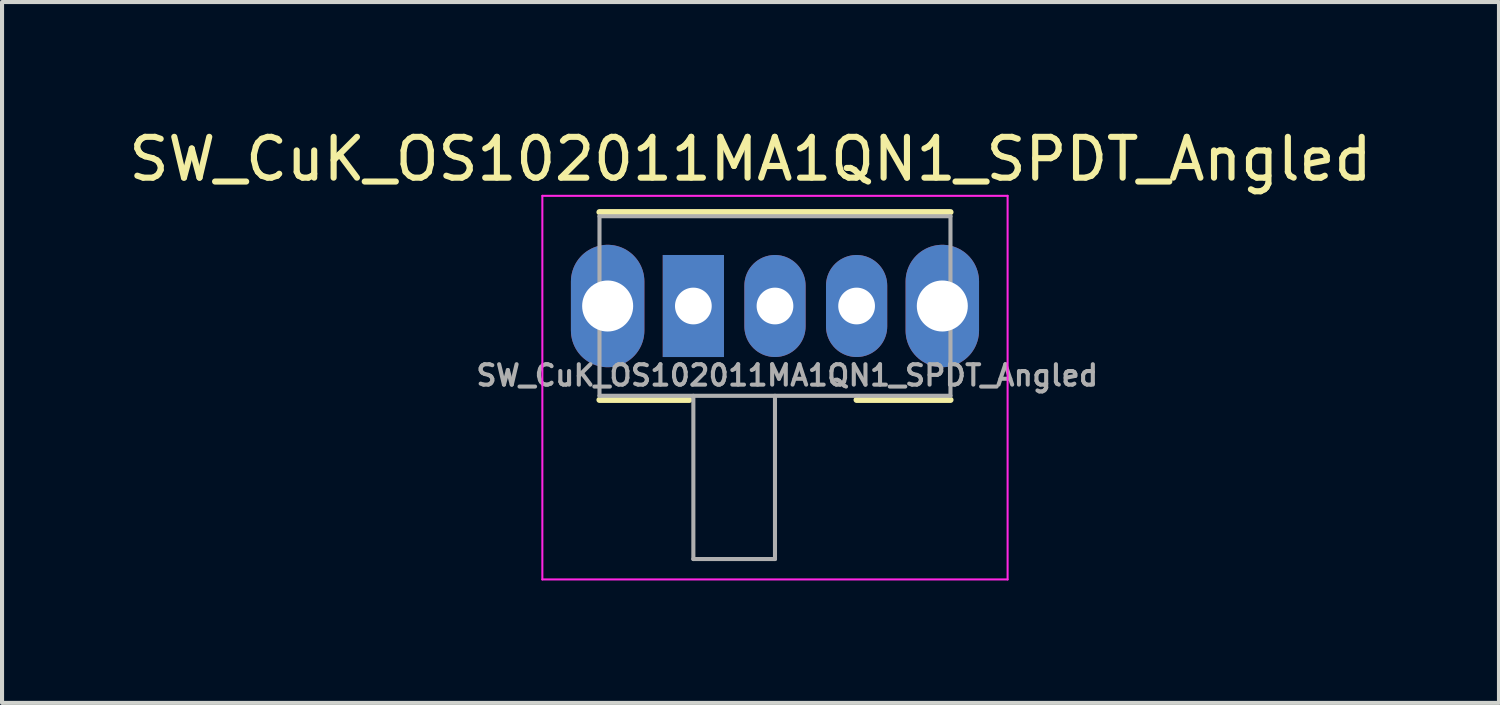
<source format=kicad_pcb>
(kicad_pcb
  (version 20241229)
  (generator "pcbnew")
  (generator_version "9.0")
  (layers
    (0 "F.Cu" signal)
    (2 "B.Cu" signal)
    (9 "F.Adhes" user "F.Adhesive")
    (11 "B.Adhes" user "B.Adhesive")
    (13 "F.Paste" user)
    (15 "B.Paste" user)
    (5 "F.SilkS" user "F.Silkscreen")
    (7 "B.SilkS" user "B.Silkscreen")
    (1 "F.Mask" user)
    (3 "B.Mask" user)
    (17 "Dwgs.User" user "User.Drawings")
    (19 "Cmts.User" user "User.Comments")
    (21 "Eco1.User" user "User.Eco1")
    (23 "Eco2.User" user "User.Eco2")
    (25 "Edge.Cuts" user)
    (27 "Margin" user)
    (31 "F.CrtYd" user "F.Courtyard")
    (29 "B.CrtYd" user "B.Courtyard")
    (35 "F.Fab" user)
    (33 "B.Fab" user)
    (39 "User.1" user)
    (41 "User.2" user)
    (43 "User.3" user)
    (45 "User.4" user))
  (footprint "SW_CuK_OS102011MA1QN1_SPDT_Angled"
    (layer "F.Cu")
    (at 13.939 4.448)
    (property "Reference" "SW_CuK_OS102011MA1QN1_SPDT_Angled" (at 1.4 -3.6 0) (layer "F.SilkS") (effects (font (size 1 1) (thickness 0.15))))
    (attr through_hole)
    (fp_line (start -2.3 -2.3) (end 6.3 -2.3) (stroke (width 0.15) (type solid)) (layer "F.SilkS"))
    (fp_line (start -2.3 2.3) (end -0.1 2.3) (stroke (width 0.15) (type solid)) (layer "F.SilkS"))
    (fp_line (start 4 2.3) (end 6.3 2.3) (stroke (width 0.15) (type solid)) (layer "F.SilkS"))
    (fp_line (start -3.7 -2.7) (end 7.7 -2.7) (stroke (width 0.05) (type solid)) (layer "F.CrtYd"))
    (fp_line (start -3.7 6.7) (end -3.7 -2.7) (stroke (width 0.05) (type solid)) (layer "F.CrtYd"))
    (fp_line (start 7.7 -2.7) (end 7.7 6.7) (stroke (width 0.05) (type solid)) (layer "F.CrtYd"))
    (fp_line (start 7.7 6.7) (end -3.7 6.7) (stroke (width 0.05) (type solid)) (layer "F.CrtYd"))
    (fp_line (start -2.3 -2.2) (end -2.3 2.2) (stroke (width 0.1) (type solid)) (layer "F.Fab"))
    (fp_line (start -2.3 -2.2) (end 6.3 -2.2) (stroke (width 0.1) (type solid)) (layer "F.Fab"))
    (fp_line (start -2.3 2.2) (end 6.3 2.2) (stroke (width 0.1) (type solid)) (layer "F.Fab"))
    (fp_line (start 0 6.2) (end 0 2.2) (stroke (width 0.1) (type solid)) (layer "F.Fab"))
    (fp_line (start 2 2.2) (end 2 6.2) (stroke (width 0.1) (type solid)) (layer "F.Fab"))
    (fp_line (start 2 6.2) (end 0 6.2) (stroke (width 0.1) (type solid)) (layer "F.Fab"))
    (fp_line (start 6.3 2.2) (end 6.3 -2.2) (stroke (width 0.1) (type solid)) (layer "F.Fab"))
    (fp_text user "${REFERENCE}" (at 2.3 1.7 0) (layer "F.Fab") (effects (font (size 0.5 0.5) (thickness 0.1))))
    (pad "" thru_hole oval (at -2.1 0) (size 1.8 3) (drill 1.25) (layers "*.Cu" "*.Mask"))
    (pad "" thru_hole oval (at 6.1 0) (size 1.8 3) (drill 1.25) (layers "*.Cu" "*.Mask"))
    (pad "1" thru_hole rect (at 0 0) (size 1.5 2.5) (drill 0.9) (layers "*.Cu" "*.Mask"))
    (pad "2" thru_hole oval (at 2 0) (size 1.5 2.5) (drill 0.9) (layers "*.Cu" "*.Mask"))
    (pad "3" thru_hole oval (at 4 0) (size 1.5 2.5) (drill 0.9) (layers "*.Cu" "*.Mask")))
  (gr_rect
    (start -3 -3)
    (end 33.679 14.173)
    (stroke (width 0.1) (type default))
    (fill no)
    (layer "Edge.Cuts")))
</source>
